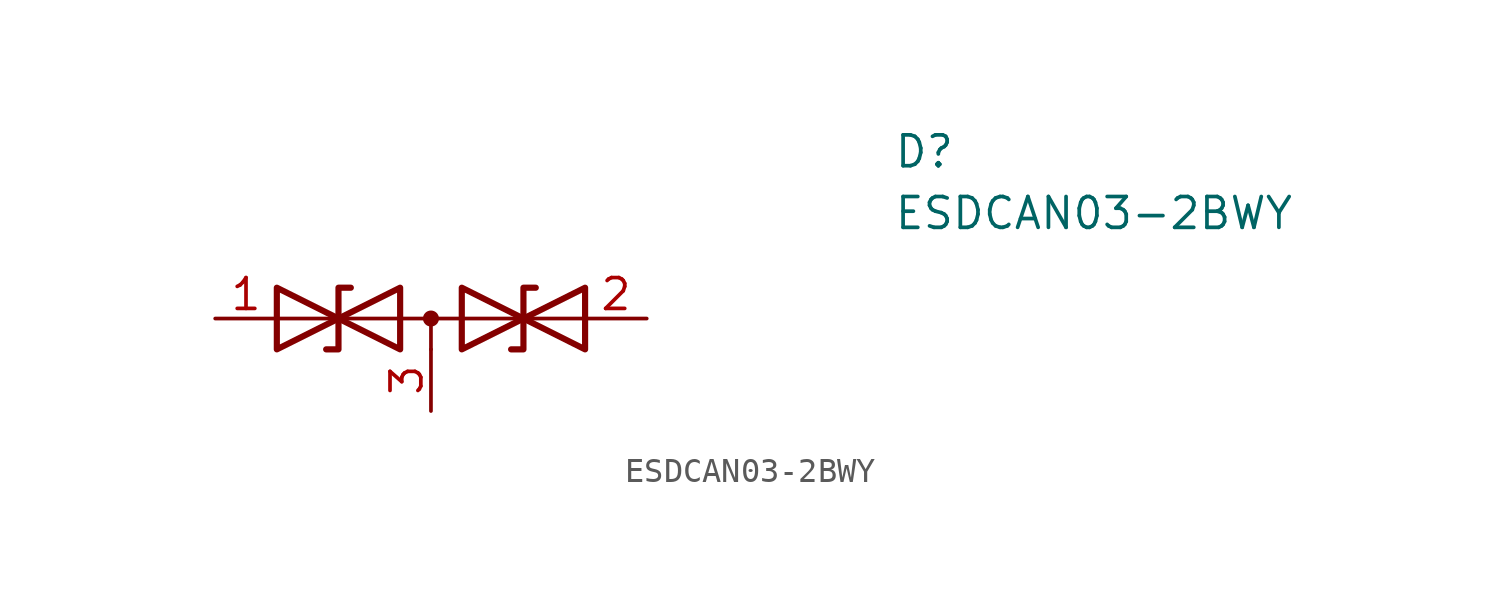
<source format=kicad_sym>
(kicad_symbol_lib
  (version 20241209)
  (generator "kicad_symbol_editor")
  (generator_version "9.0")
  (symbol "ESDCAN03-2BWY"
    (property "Reference" "D"
      (at 19.05 7.62 0)
      (effects (font (size 1.27 1.27)) (justify left top)))
    (property "Value" "ESDCAN03-2BWY"
      (at 19.05 5.08 0)
      (effects (font (size 1.27 1.27)) (justify left top)))
    (symbol "ESDCAN03-2BWY_0_0"
      (polyline (pts (xy 0 -1.27) (xy 0 0)) (stroke (width 0) (type default)) (fill (type none))))
    (symbol "ESDCAN03-2BWY_0_1"
      (polyline (pts (xy -6.35 1.27) (xy -1.27 -1.27) (xy -1.27 1.27) (xy -6.35 -1.27) (xy -6.35 1.27)) (stroke (width 0.254) (type default)) (fill (type none)))
      (polyline (pts (xy -6.35 0) (xy 6.35 0)) (stroke (width 0) (type default)) (fill (type none)))
      (polyline (pts (xy -3.302 1.27) (xy -3.81 1.27) (xy -3.81 -1.27) (xy -4.318 -1.27)) (stroke (width 0.254) (type default)) (fill (type none)))
      (circle (center 0 0) (radius 0.254) (stroke (width 0) (type default)) (fill (type outline)))
      (polyline (pts (xy 4.318 1.27) (xy 3.81 1.27) (xy 3.81 -1.27) (xy 3.302 -1.27)) (stroke (width 0.254) (type default)) (fill (type none)))
      (polyline (pts (xy 6.35 1.27) (xy 1.27 -1.27) (xy 1.27 1.27) (xy 6.35 -1.27) (xy 6.35 1.27)) (stroke (width 0.254) (type default)) (fill (type none))))
    (symbol "ESDCAN03-2BWY_1_1"
      (pin passive line (at -8.89 0 0) (length 2.54) (name "" (effects (font (size 1.27 1.27)))) (number "1" (effects (font (size 1.27 1.27)))))
      (pin input line (at 0 -3.81 90) (length 2.54) (name "" (effects (font (size 1.27 1.27)))) (number "3" (effects (font (size 1.27 1.27)))))
      (pin passive line (at 8.89 0 180) (length 2.54) (name "" (effects (font (size 1.27 1.27)))) (number "2" (effects (font (size 1.27 1.27))))))))
</source>
